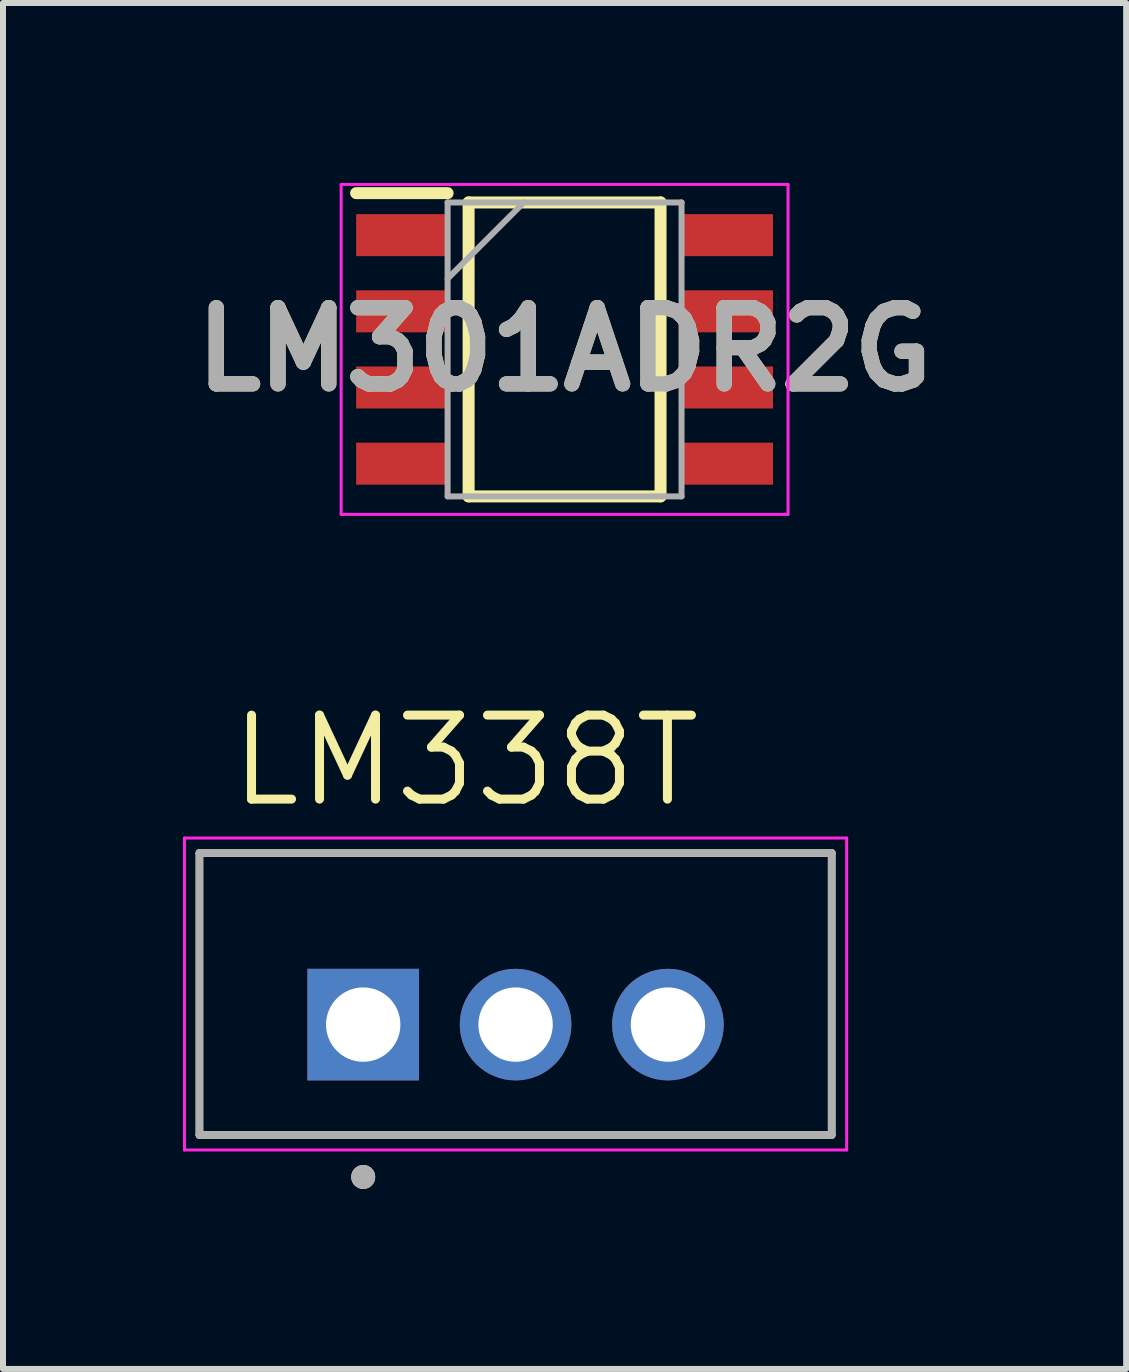
<source format=kicad_pcb>
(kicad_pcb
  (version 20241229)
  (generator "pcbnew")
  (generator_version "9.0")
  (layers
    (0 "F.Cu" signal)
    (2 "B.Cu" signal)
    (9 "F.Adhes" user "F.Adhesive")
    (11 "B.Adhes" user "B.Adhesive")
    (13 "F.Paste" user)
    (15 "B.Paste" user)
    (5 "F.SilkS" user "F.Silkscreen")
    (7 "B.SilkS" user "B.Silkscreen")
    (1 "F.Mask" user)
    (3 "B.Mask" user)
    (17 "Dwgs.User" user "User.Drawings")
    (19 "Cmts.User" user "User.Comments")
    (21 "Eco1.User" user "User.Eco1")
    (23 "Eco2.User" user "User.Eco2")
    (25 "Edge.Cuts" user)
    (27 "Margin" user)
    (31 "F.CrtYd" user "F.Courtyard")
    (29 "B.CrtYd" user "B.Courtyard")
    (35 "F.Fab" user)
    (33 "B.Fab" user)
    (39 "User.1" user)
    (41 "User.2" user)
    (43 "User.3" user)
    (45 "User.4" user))
  (footprint "LM301ADR2G"
    (layer "F.Cu")
    (at 6.362 2.775)
    (property "Reference" "LM301ADR2G" (at 0 0 0) (layer "F.SilkS") (effects (font (size 1.27 1.27) (thickness 0.254))))
    (attr smd)
    (fp_line (start -3.475 -2.605) (end -1.95 -2.605) (stroke (width 0.2) (type solid)) (layer "F.SilkS"))
    (fp_line (start -1.6 -2.45) (end 1.6 -2.45) (stroke (width 0.2) (type solid)) (layer "F.SilkS"))
    (fp_line (start -1.6 2.45) (end -1.6 -2.45) (stroke (width 0.2) (type solid)) (layer "F.SilkS"))
    (fp_line (start 1.6 -2.45) (end 1.6 2.45) (stroke (width 0.2) (type solid)) (layer "F.SilkS"))
    (fp_line (start 1.6 2.45) (end -1.6 2.45) (stroke (width 0.2) (type solid)) (layer "F.SilkS"))
    (fp_line (start -3.725 -2.75) (end 3.725 -2.75) (stroke (width 0.05) (type solid)) (layer "F.CrtYd"))
    (fp_line (start -3.725 2.75) (end -3.725 -2.75) (stroke (width 0.05) (type solid)) (layer "F.CrtYd"))
    (fp_line (start 3.725 -2.75) (end 3.725 2.75) (stroke (width 0.05) (type solid)) (layer "F.CrtYd"))
    (fp_line (start 3.725 2.75) (end -3.725 2.75) (stroke (width 0.05) (type solid)) (layer "F.CrtYd"))
    (fp_line (start -1.95 -2.45) (end 1.95 -2.45) (stroke (width 0.1) (type solid)) (layer "F.Fab"))
    (fp_line (start -1.95 -1.18) (end -0.68 -2.45) (stroke (width 0.1) (type solid)) (layer "F.Fab"))
    (fp_line (start -1.95 2.45) (end -1.95 -2.45) (stroke (width 0.1) (type solid)) (layer "F.Fab"))
    (fp_line (start 1.95 -2.45) (end 1.95 2.45) (stroke (width 0.1) (type solid)) (layer "F.Fab"))
    (fp_line (start 1.95 2.45) (end -1.95 2.45) (stroke (width 0.1) (type solid)) (layer "F.Fab"))
    (fp_text user "${REFERENCE}" (at 0 0 0) (layer "F.Fab") (effects (font (size 1.27 1.27) (thickness 0.254))))
    (pad "1" smd rect (at -2.712 -1.905 90) (size 0.7 1.525) (layers "F.Cu" "F.Mask" "F.Paste"))
    (pad "2" smd rect (at -2.712 -0.635 90) (size 0.7 1.525) (layers "F.Cu" "F.Mask" "F.Paste"))
    (pad "3" smd rect (at -2.712 0.635 90) (size 0.7 1.525) (layers "F.Cu" "F.Mask" "F.Paste"))
    (pad "4" smd rect (at -2.712 1.905 90) (size 0.7 1.525) (layers "F.Cu" "F.Mask" "F.Paste"))
    (pad "5" smd rect (at 2.712 1.905 90) (size 0.7 1.525) (layers "F.Cu" "F.Mask" "F.Paste"))
    (pad "6" smd rect (at 2.712 0.635 90) (size 0.7 1.525) (layers "F.Cu" "F.Mask" "F.Paste"))
    (pad "7" smd rect (at 2.712 -0.635 90) (size 0.7 1.525) (layers "F.Cu" "F.Mask" "F.Paste"))
    (pad "8" smd rect (at 2.712 -1.905 90) (size 0.7 1.525) (layers "F.Cu" "F.Mask" "F.Paste")))
  (footprint "LM338T"
    (layer "F.Cu")
    (at 5.545 14.031)
    (property "Reference" "LM338T" (at -0.835 -4.399 0) (layer "F.SilkS") (effects (font (size 1.4 1.4) (thickness 0.15))))
    (attr through_hole)
    (fp_line (start -5.27 -2.86) (end -5.27 1.84) (stroke (width 0.127) (type solid)) (layer "F.SilkS"))
    (fp_line (start -5.27 1.84) (end 5.27 1.84) (stroke (width 0.127) (type solid)) (layer "F.SilkS"))
    (fp_line (start 5.27 -2.86) (end -5.27 -2.86) (stroke (width 0.127) (type solid)) (layer "F.SilkS"))
    (fp_line (start 5.27 1.84) (end 5.27 -2.86) (stroke (width 0.127) (type solid)) (layer "F.SilkS"))
    (fp_circle (center -2.54 2.54) (end -2.44 2.54) (stroke (width 0.2) (type solid)) (fill no) (layer "F.SilkS"))
    (fp_line (start -5.52 -3.11) (end -5.52 2.09) (stroke (width 0.05) (type solid)) (layer "F.CrtYd"))
    (fp_line (start -5.52 2.09) (end 5.52 2.09) (stroke (width 0.05) (type solid)) (layer "F.CrtYd"))
    (fp_line (start 5.52 -3.11) (end -5.52 -3.11) (stroke (width 0.05) (type solid)) (layer "F.CrtYd"))
    (fp_line (start 5.52 2.09) (end 5.52 -3.11) (stroke (width 0.05) (type solid)) (layer "F.CrtYd"))
    (fp_line (start -5.27 -2.86) (end -5.27 1.84) (stroke (width 0.127) (type solid)) (layer "F.Fab"))
    (fp_line (start -5.27 1.84) (end 5.27 1.84) (stroke (width 0.127) (type solid)) (layer "F.Fab"))
    (fp_line (start 5.27 -2.86) (end -5.27 -2.86) (stroke (width 0.127) (type solid)) (layer "F.Fab"))
    (fp_line (start 5.27 1.84) (end 5.27 -2.86) (stroke (width 0.127) (type solid)) (layer "F.Fab"))
    (fp_circle (center -2.54 2.54) (end -2.44 2.54) (stroke (width 0.2) (type solid)) (fill no) (layer "F.Fab"))
    (pad "1" thru_hole rect (at -2.54 0) (size 1.86 1.86) (drill 1.24) (layers "*.Cu" "*.Mask"))
    (pad "2" thru_hole circle (at 0 0) (size 1.86 1.86) (drill 1.24) (layers "*.Cu" "*.Mask"))
    (pad "3" thru_hole circle (at 2.54 0) (size 1.86 1.86) (drill 1.24) (layers "*.Cu" "*.Mask")))
  (gr_rect
    (start -3 -3)
    (end 15.724 19.771)
    (stroke (width 0.1) (type default))
    (fill no)
    (layer "Edge.Cuts")))
</source>
